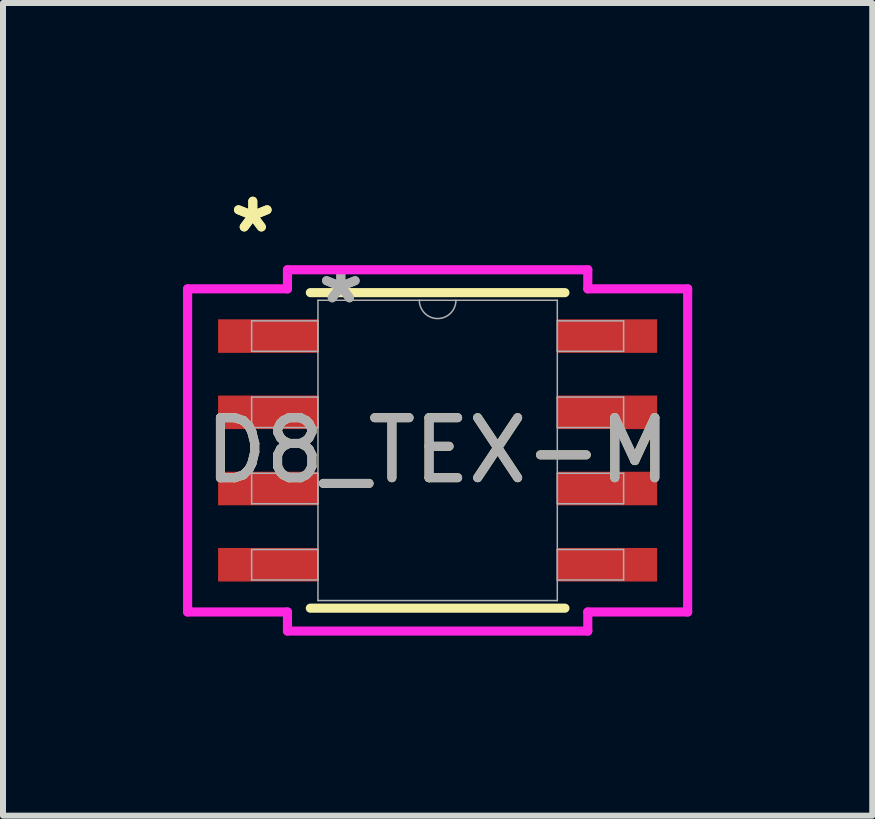
<source format=kicad_pcb>
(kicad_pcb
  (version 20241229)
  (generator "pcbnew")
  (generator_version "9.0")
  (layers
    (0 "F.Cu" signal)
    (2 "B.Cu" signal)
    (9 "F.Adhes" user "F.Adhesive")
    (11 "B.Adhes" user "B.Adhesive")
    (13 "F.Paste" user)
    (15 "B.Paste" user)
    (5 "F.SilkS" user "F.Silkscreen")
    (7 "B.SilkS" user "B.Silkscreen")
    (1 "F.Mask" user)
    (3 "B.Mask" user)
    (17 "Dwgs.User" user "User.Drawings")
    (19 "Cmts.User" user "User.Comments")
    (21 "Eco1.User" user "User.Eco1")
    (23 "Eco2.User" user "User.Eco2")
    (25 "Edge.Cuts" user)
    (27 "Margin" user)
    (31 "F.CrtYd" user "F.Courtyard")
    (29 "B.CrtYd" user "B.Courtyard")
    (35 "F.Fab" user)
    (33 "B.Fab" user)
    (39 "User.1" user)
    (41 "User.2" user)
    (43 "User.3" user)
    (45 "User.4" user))
  (footprint "D8_TEX-M"
    (layer "F.Cu")
    (at 4.242 4.455)
    (property "Reference" "D8_TEX-M" (at 0 0 0) (unlocked yes) (layer "F.SilkS") (effects (font (size 1 1) (thickness 0.15))))
    (attr smd)
    (fp_line (start -2.121 2.629) (end 2.121 2.629) (stroke (width 0.152) (type solid)) (layer "F.SilkS"))
    (fp_line (start 2.121 -2.629) (end -2.121 -2.629) (stroke (width 0.152) (type solid)) (layer "F.SilkS"))
    (fp_line (start -4.166 -2.692) (end -2.502 -2.692) (stroke (width 0.152) (type solid)) (layer "F.CrtYd"))
    (fp_line (start -4.166 2.692) (end -4.166 -2.692) (stroke (width 0.152) (type solid)) (layer "F.CrtYd"))
    (fp_line (start -4.166 2.692) (end -2.502 2.692) (stroke (width 0.152) (type solid)) (layer "F.CrtYd"))
    (fp_line (start -2.502 -3.01) (end 2.502 -3.01) (stroke (width 0.152) (type solid)) (layer "F.CrtYd"))
    (fp_line (start -2.502 -2.692) (end -2.502 -3.01) (stroke (width 0.152) (type solid)) (layer "F.CrtYd"))
    (fp_line (start -2.502 3.01) (end -2.502 2.692) (stroke (width 0.152) (type solid)) (layer "F.CrtYd"))
    (fp_line (start 2.502 -3.01) (end 2.502 -2.692) (stroke (width 0.152) (type solid)) (layer "F.CrtYd"))
    (fp_line (start 2.502 2.692) (end 2.502 3.01) (stroke (width 0.152) (type solid)) (layer "F.CrtYd"))
    (fp_line (start 2.502 3.01) (end -2.502 3.01) (stroke (width 0.152) (type solid)) (layer "F.CrtYd"))
    (fp_line (start 4.166 -2.692) (end 2.502 -2.692) (stroke (width 0.152) (type solid)) (layer "F.CrtYd"))
    (fp_line (start 4.166 -2.692) (end 4.166 2.692) (stroke (width 0.152) (type solid)) (layer "F.CrtYd"))
    (fp_line (start 4.166 2.692) (end 2.502 2.692) (stroke (width 0.152) (type solid)) (layer "F.CrtYd"))
    (fp_line (start -3.099 -2.159) (end -3.099 -1.651) (stroke (width 0.025) (type solid)) (layer "F.Fab"))
    (fp_line (start -3.099 -1.651) (end -1.994 -1.651) (stroke (width 0.025) (type solid)) (layer "F.Fab"))
    (fp_line (start -3.099 -0.889) (end -3.099 -0.381) (stroke (width 0.025) (type solid)) (layer "F.Fab"))
    (fp_line (start -3.099 -0.381) (end -1.994 -0.381) (stroke (width 0.025) (type solid)) (layer "F.Fab"))
    (fp_line (start -3.099 0.381) (end -3.099 0.889) (stroke (width 0.025) (type solid)) (layer "F.Fab"))
    (fp_line (start -3.099 0.889) (end -1.994 0.889) (stroke (width 0.025) (type solid)) (layer "F.Fab"))
    (fp_line (start -3.099 1.651) (end -3.099 2.159) (stroke (width 0.025) (type solid)) (layer "F.Fab"))
    (fp_line (start -3.099 2.159) (end -1.994 2.159) (stroke (width 0.025) (type solid)) (layer "F.Fab"))
    (fp_line (start -1.994 -2.502) (end -1.994 2.502) (stroke (width 0.025) (type solid)) (layer "F.Fab"))
    (fp_line (start -1.994 -2.159) (end -3.099 -2.159) (stroke (width 0.025) (type solid)) (layer "F.Fab"))
    (fp_line (start -1.994 -1.651) (end -1.994 -2.159) (stroke (width 0.025) (type solid)) (layer "F.Fab"))
    (fp_line (start -1.994 -0.889) (end -3.099 -0.889) (stroke (width 0.025) (type solid)) (layer "F.Fab"))
    (fp_line (start -1.994 -0.381) (end -1.994 -0.889) (stroke (width 0.025) (type solid)) (layer "F.Fab"))
    (fp_line (start -1.994 0.381) (end -3.099 0.381) (stroke (width 0.025) (type solid)) (layer "F.Fab"))
    (fp_line (start -1.994 0.889) (end -1.994 0.381) (stroke (width 0.025) (type solid)) (layer "F.Fab"))
    (fp_line (start -1.994 1.651) (end -3.099 1.651) (stroke (width 0.025) (type solid)) (layer "F.Fab"))
    (fp_line (start -1.994 2.159) (end -1.994 1.651) (stroke (width 0.025) (type solid)) (layer "F.Fab"))
    (fp_line (start -1.994 2.502) (end 1.994 2.502) (stroke (width 0.025) (type solid)) (layer "F.Fab"))
    (fp_line (start 1.994 -2.502) (end -1.994 -2.502) (stroke (width 0.025) (type solid)) (layer "F.Fab"))
    (fp_line (start 1.994 -2.159) (end 1.994 -1.651) (stroke (width 0.025) (type solid)) (layer "F.Fab"))
    (fp_line (start 1.994 -1.651) (end 3.099 -1.651) (stroke (width 0.025) (type solid)) (layer "F.Fab"))
    (fp_line (start 1.994 -0.889) (end 1.994 -0.381) (stroke (width 0.025) (type solid)) (layer "F.Fab"))
    (fp_line (start 1.994 -0.381) (end 3.099 -0.381) (stroke (width 0.025) (type solid)) (layer "F.Fab"))
    (fp_line (start 1.994 0.381) (end 1.994 0.889) (stroke (width 0.025) (type solid)) (layer "F.Fab"))
    (fp_line (start 1.994 0.889) (end 3.099 0.889) (stroke (width 0.025) (type solid)) (layer "F.Fab"))
    (fp_line (start 1.994 1.651) (end 1.994 2.159) (stroke (width 0.025) (type solid)) (layer "F.Fab"))
    (fp_line (start 1.994 2.159) (end 3.099 2.159) (stroke (width 0.025) (type solid)) (layer "F.Fab"))
    (fp_line (start 1.994 2.502) (end 1.994 -2.502) (stroke (width 0.025) (type solid)) (layer "F.Fab"))
    (fp_line (start 3.099 -2.159) (end 1.994 -2.159) (stroke (width 0.025) (type solid)) (layer "F.Fab"))
    (fp_line (start 3.099 -1.651) (end 3.099 -2.159) (stroke (width 0.025) (type solid)) (layer "F.Fab"))
    (fp_line (start 3.099 -0.889) (end 1.994 -0.889) (stroke (width 0.025) (type solid)) (layer "F.Fab"))
    (fp_line (start 3.099 -0.381) (end 3.099 -0.889) (stroke (width 0.025) (type solid)) (layer "F.Fab"))
    (fp_line (start 3.099 0.381) (end 1.994 0.381) (stroke (width 0.025) (type solid)) (layer "F.Fab"))
    (fp_line (start 3.099 0.889) (end 3.099 0.381) (stroke (width 0.025) (type solid)) (layer "F.Fab"))
    (fp_line (start 3.099 1.651) (end 1.994 1.651) (stroke (width 0.025) (type solid)) (layer "F.Fab"))
    (fp_line (start 3.099 2.159) (end 3.099 1.651) (stroke (width 0.025) (type solid)) (layer "F.Fab"))
    (fp_arc (start 0.3048 -2.5019) (mid 0 -2.1971) (end -0.3048 -2.5019) (stroke (width 0.0254) (type solid)) (layer "F.Fab"))
    (fp_text user "*" (at -3.08 -3.607 0) (unlocked yes) (layer "F.SilkS") (effects (font (size 1 1) (thickness 0.15))))
    (fp_text user "*" (at -3.08 -3.607 0) (layer "F.SilkS") (effects (font (size 1 1) (thickness 0.15))))
    (fp_text user "${REFERENCE}" (at 0 0 0) (unlocked yes) (layer "F.Fab") (effects (font (size 1 1) (thickness 0.15))))
    (fp_text user "*" (at -1.613 -2.426 0) (layer "F.Fab") (effects (font (size 1 1) (thickness 0.15))))
    (fp_text user "*" (at -1.613 -2.426 0) (unlocked yes) (layer "F.Fab") (effects (font (size 1 1) (thickness 0.15))))
    (pad "1" smd rect (at -2.826 -1.905) (size 1.664 0.559) (layers "F.Cu" "F.Mask" "F.Paste"))
    (pad "2" smd rect (at -2.826 -0.635) (size 1.664 0.559) (layers "F.Cu" "F.Mask" "F.Paste"))
    (pad "3" smd rect (at -2.826 0.635) (size 1.664 0.559) (layers "F.Cu" "F.Mask" "F.Paste"))
    (pad "4" smd rect (at -2.826 1.905) (size 1.664 0.559) (layers "F.Cu" "F.Mask" "F.Paste"))
    (pad "5" smd rect (at 2.826 1.905) (size 1.664 0.559) (layers "F.Cu" "F.Mask" "F.Paste"))
    (pad "6" smd rect (at 2.826 0.635) (size 1.664 0.559) (layers "F.Cu" "F.Mask" "F.Paste"))
    (pad "7" smd rect (at 2.826 -0.635) (size 1.664 0.559) (layers "F.Cu" "F.Mask" "F.Paste"))
    (pad "8" smd rect (at 2.826 -1.905) (size 1.664 0.559) (layers "F.Cu" "F.Mask" "F.Paste")))
  (gr_rect
    (start -3 -3)
    (end 11.484 10.541)
    (stroke (width 0.1) (type default))
    (fill no)
    (layer "Edge.Cuts")))
</source>
